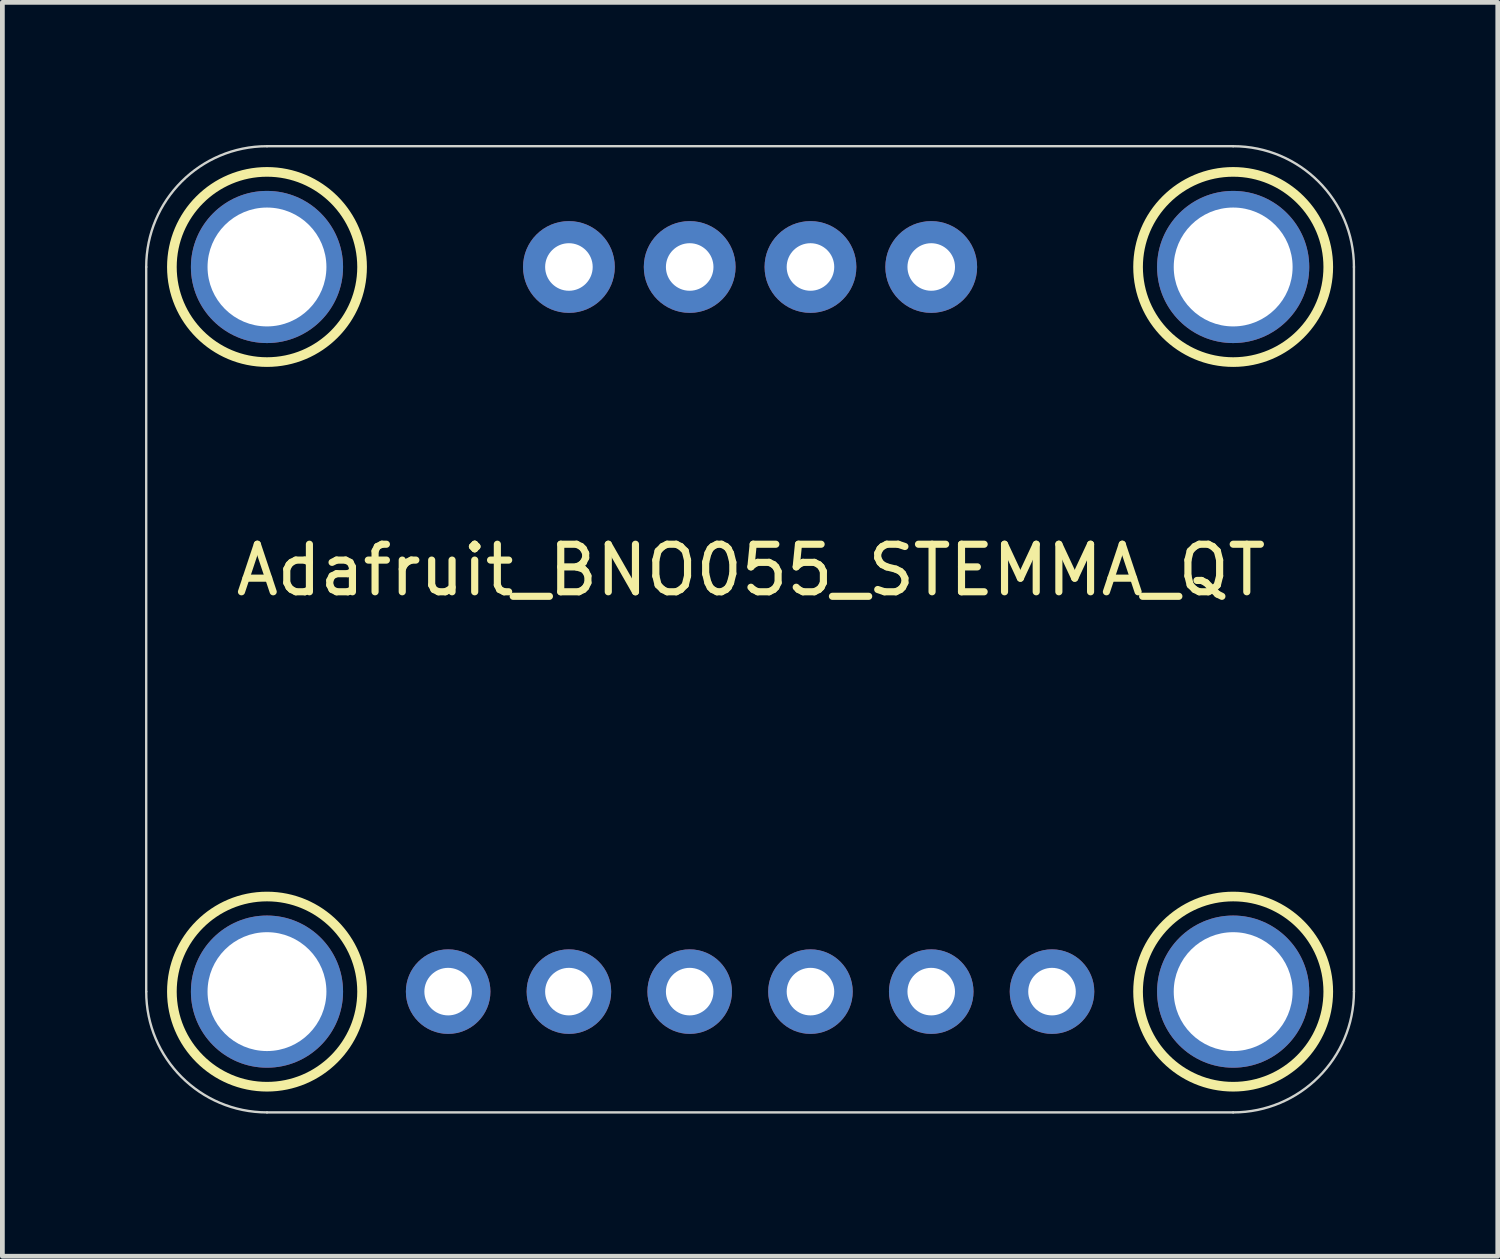
<source format=kicad_pcb>
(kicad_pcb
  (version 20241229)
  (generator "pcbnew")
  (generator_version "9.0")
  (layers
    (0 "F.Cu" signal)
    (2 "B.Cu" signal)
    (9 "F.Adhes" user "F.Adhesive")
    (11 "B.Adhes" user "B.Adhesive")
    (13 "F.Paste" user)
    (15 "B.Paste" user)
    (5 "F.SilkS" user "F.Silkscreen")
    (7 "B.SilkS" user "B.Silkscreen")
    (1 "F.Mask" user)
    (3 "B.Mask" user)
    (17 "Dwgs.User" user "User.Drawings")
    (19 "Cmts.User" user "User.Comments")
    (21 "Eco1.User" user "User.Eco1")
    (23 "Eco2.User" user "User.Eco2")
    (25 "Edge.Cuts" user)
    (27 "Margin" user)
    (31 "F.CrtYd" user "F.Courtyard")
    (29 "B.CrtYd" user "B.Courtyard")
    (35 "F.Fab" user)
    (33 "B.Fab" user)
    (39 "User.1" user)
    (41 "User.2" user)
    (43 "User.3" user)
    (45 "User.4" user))
  (footprint "Adafruit_BNO055_STEMMA_QT"
    (layer "F.Cu")
    (at 6.375 17.805)
    (property "Reference" "Adafruit_BNO055_STEMMA_QT" (at 6.368 -8.864 0) (unlocked yes) (layer "F.SilkS") (effects (font (size 1 1) (thickness 0.15))))
    (attr through_hole)
    (fp_circle (center -3.81 -15.24) (end -1.81 -15.24) (stroke (width 0.203) (type solid)) (fill no) (layer "F.SilkS"))
    (fp_circle (center -3.81 0) (end -1.81 0) (stroke (width 0.203) (type solid)) (fill no) (layer "F.SilkS"))
    (fp_circle (center 16.51 -15.24) (end 18.51 -15.24) (stroke (width 0.203) (type solid)) (fill no) (layer "F.SilkS"))
    (fp_circle (center 16.51 0) (end 18.51 0) (stroke (width 0.203) (type solid)) (fill no) (layer "F.SilkS"))
    (fp_line (start -6.35 -15.24) (end -6.35 0) (stroke (width 0.05) (type solid)) (layer "Edge.Cuts"))
    (fp_line (start -3.81 2.54) (end 16.51 2.54) (stroke (width 0.05) (type solid)) (layer "Edge.Cuts"))
    (fp_line (start 16.51 -17.78) (end -3.81 -17.78) (stroke (width 0.05) (type solid)) (layer "Edge.Cuts"))
    (fp_line (start 19.05 0) (end 19.05 -15.24) (stroke (width 0.05) (type solid)) (layer "Edge.Cuts"))
    (fp_arc (start -6.35 -15.24) (mid -5.606051 -17.036051) (end -3.81 -17.78) (stroke (width 0.05) (type solid)) (layer "Edge.Cuts"))
    (fp_arc (start -3.81 2.54) (mid -5.606051 1.796051) (end -6.35 0) (stroke (width 0.05) (type solid)) (layer "Edge.Cuts"))
    (fp_arc (start 16.51 -17.78) (mid 18.306052 -17.036052) (end 19.05 -15.24) (stroke (width 0.05) (type solid)) (layer "Edge.Cuts"))
    (fp_arc (start 19.05 0) (mid 18.306052 1.796052) (end 16.51 2.54) (stroke (width 0.05) (type solid)) (layer "Edge.Cuts"))
    (pad "1" thru_hole circle (at 0 0 90) (size 1.778 1.778) (drill 1) (layers "*.Cu" "*.Mask"))
    (pad "2" thru_hole circle (at 2.54 0 90) (size 1.778 1.778) (drill 1) (layers "*.Cu" "*.Mask"))
    (pad "3" thru_hole circle (at 5.08 0 90) (size 1.778 1.778) (drill 1) (layers "*.Cu" "*.Mask"))
    (pad "4" thru_hole circle (at 7.62 0 90) (size 1.778 1.778) (drill 1) (layers "*.Cu" "*.Mask"))
    (pad "5" thru_hole circle (at 10.16 0 90) (size 1.778 1.778) (drill 1) (layers "*.Cu" "*.Mask"))
    (pad "6" thru_hole circle (at 12.7 0 90) (size 1.778 1.778) (drill 1) (layers "*.Cu" "*.Mask"))
    (pad "7" thru_hole circle (at 2.54 -15.24 90) (size 1.93 1.93) (drill 1) (layers "*.Cu" "*.Mask"))
    (pad "8" thru_hole circle (at 5.08 -15.24 90) (size 1.93 1.93) (drill 1) (layers "*.Cu" "*.Mask"))
    (pad "9" thru_hole circle (at 7.62 -15.24 90) (size 1.93 1.93) (drill 1) (layers "*.Cu" "*.Mask"))
    (pad "10" thru_hole circle (at 10.16 -15.24 90) (size 1.93 1.93) (drill 1) (layers "*.Cu" "*.Mask"))
    (pad "P$1" thru_hole circle (at -3.81 -15.24) (size 3.2 3.2) (drill 2.5) (layers "*.Cu" "*.Mask"))
    (pad "P$1" thru_hole circle (at -3.81 0) (size 3.2 3.2) (drill 2.5) (layers "*.Cu" "*.Mask"))
    (pad "P$1" thru_hole circle (at 16.51 -15.24) (size 3.2 3.2) (drill 2.5) (layers "*.Cu" "*.Mask"))
    (pad "P$1" thru_hole circle (at 16.51 0) (size 3.2 3.2) (drill 2.5) (layers "*.Cu" "*.Mask")))
  (gr_rect
    (start -3 -3)
    (end 28.45 23.37)
    (stroke (width 0.1) (type default))
    (fill no)
    (layer "Edge.Cuts")))
</source>
